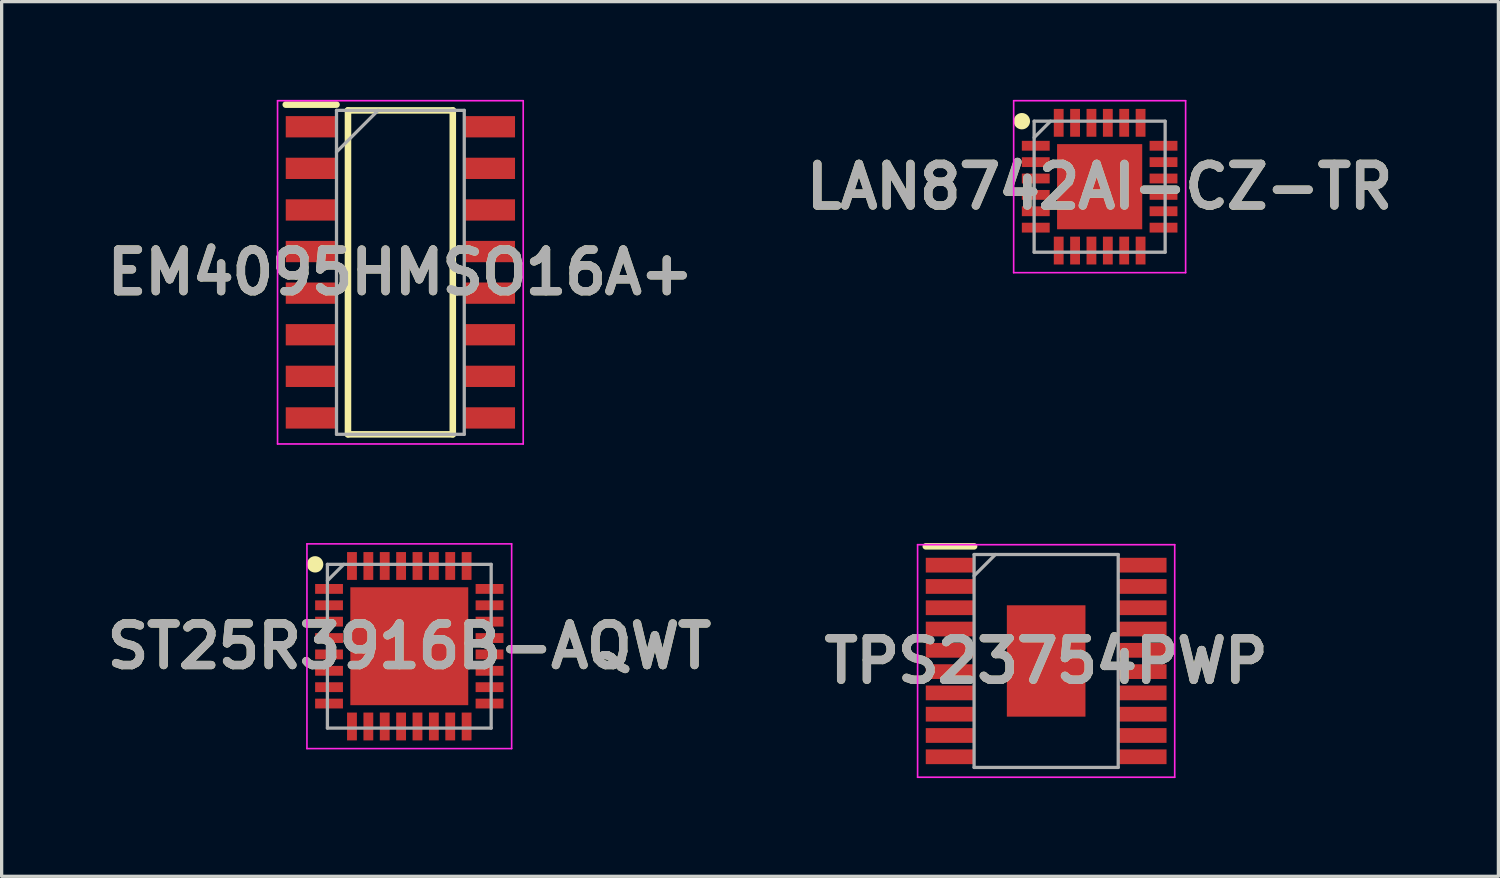
<source format=kicad_pcb>
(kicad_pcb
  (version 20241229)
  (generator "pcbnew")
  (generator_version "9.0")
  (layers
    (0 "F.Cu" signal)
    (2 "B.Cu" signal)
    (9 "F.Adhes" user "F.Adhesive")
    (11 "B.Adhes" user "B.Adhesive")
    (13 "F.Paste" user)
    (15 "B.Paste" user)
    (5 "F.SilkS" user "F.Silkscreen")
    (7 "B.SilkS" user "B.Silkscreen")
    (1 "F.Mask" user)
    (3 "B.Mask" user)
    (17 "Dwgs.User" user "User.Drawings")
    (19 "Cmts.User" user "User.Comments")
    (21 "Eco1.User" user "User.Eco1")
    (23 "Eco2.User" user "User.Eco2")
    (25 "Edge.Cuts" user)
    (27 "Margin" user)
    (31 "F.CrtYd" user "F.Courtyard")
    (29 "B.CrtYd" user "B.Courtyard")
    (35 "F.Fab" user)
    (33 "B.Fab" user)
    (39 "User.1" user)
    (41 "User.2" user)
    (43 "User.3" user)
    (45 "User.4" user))
  (footprint "LAN8742AI-CZ-TR"
    (layer "F.Cu")
    (at 30.523 2.65)
    (property "Reference" "LAN8742AI-CZ-TR" (at 0 0 0) (layer "F.SilkS") (effects (font (size 1.27 1.27) (thickness 0.254))))
    (attr smd)
    (fp_circle (center -2.375 -2) (end -2.375 -1.875) (stroke (width 0.25) (type solid)) (fill no) (layer "F.SilkS"))
    (fp_line (start -2.625 -2.625) (end 2.625 -2.625) (stroke (width 0.05) (type solid)) (layer "F.CrtYd"))
    (fp_line (start -2.625 2.625) (end -2.625 -2.625) (stroke (width 0.05) (type solid)) (layer "F.CrtYd"))
    (fp_line (start 2.625 -2.625) (end 2.625 2.625) (stroke (width 0.05) (type solid)) (layer "F.CrtYd"))
    (fp_line (start 2.625 2.625) (end -2.625 2.625) (stroke (width 0.05) (type solid)) (layer "F.CrtYd"))
    (fp_line (start -2 -2) (end 2 -2) (stroke (width 0.1) (type solid)) (layer "F.Fab"))
    (fp_line (start -2 -1.5) (end -1.5 -2) (stroke (width 0.1) (type solid)) (layer "F.Fab"))
    (fp_line (start -2 2) (end -2 -2) (stroke (width 0.1) (type solid)) (layer "F.Fab"))
    (fp_line (start 2 -2) (end 2 2) (stroke (width 0.1) (type solid)) (layer "F.Fab"))
    (fp_line (start 2 2) (end -2 2) (stroke (width 0.1) (type solid)) (layer "F.Fab"))
    (fp_text user "${REFERENCE}" (at 0 0 0) (layer "F.Fab") (effects (font (size 1.27 1.27) (thickness 0.254))))
    (pad "1" smd rect (at -1.95 -1.25 90) (size 0.3 0.85) (layers "F.Cu" "F.Mask" "F.Paste"))
    (pad "2" smd rect (at -1.95 -0.75 90) (size 0.3 0.85) (layers "F.Cu" "F.Mask" "F.Paste"))
    (pad "3" smd rect (at -1.95 -0.25 90) (size 0.3 0.85) (layers "F.Cu" "F.Mask" "F.Paste"))
    (pad "4" smd rect (at -1.95 0.25 90) (size 0.3 0.85) (layers "F.Cu" "F.Mask" "F.Paste"))
    (pad "5" smd rect (at -1.95 0.75 90) (size 0.3 0.85) (layers "F.Cu" "F.Mask" "F.Paste"))
    (pad "6" smd rect (at -1.95 1.25 90) (size 0.3 0.85) (layers "F.Cu" "F.Mask" "F.Paste"))
    (pad "7" smd rect (at -1.25 1.95) (size 0.3 0.85) (layers "F.Cu" "F.Mask" "F.Paste"))
    (pad "8" smd rect (at -0.75 1.95) (size 0.3 0.85) (layers "F.Cu" "F.Mask" "F.Paste"))
    (pad "9" smd rect (at -0.25 1.95) (size 0.3 0.85) (layers "F.Cu" "F.Mask" "F.Paste"))
    (pad "10" smd rect (at 0.25 1.95) (size 0.3 0.85) (layers "F.Cu" "F.Mask" "F.Paste"))
    (pad "11" smd rect (at 0.75 1.95) (size 0.3 0.85) (layers "F.Cu" "F.Mask" "F.Paste"))
    (pad "12" smd rect (at 1.25 1.95) (size 0.3 0.85) (layers "F.Cu" "F.Mask" "F.Paste"))
    (pad "13" smd rect (at 1.95 1.25 90) (size 0.3 0.85) (layers "F.Cu" "F.Mask" "F.Paste"))
    (pad "14" smd rect (at 1.95 0.75 90) (size 0.3 0.85) (layers "F.Cu" "F.Mask" "F.Paste"))
    (pad "15" smd rect (at 1.95 0.25 90) (size 0.3 0.85) (layers "F.Cu" "F.Mask" "F.Paste"))
    (pad "16" smd rect (at 1.95 -0.25 90) (size 0.3 0.85) (layers "F.Cu" "F.Mask" "F.Paste"))
    (pad "17" smd rect (at 1.95 -0.75 90) (size 0.3 0.85) (layers "F.Cu" "F.Mask" "F.Paste"))
    (pad "18" smd rect (at 1.95 -1.25 90) (size 0.3 0.85) (layers "F.Cu" "F.Mask" "F.Paste"))
    (pad "19" smd rect (at 1.25 -1.95) (size 0.3 0.85) (layers "F.Cu" "F.Mask" "F.Paste"))
    (pad "20" smd rect (at 0.75 -1.95) (size 0.3 0.85) (layers "F.Cu" "F.Mask" "F.Paste"))
    (pad "21" smd rect (at 0.25 -1.95) (size 0.3 0.85) (layers "F.Cu" "F.Mask" "F.Paste"))
    (pad "22" smd rect (at -0.25 -1.95) (size 0.3 0.85) (layers "F.Cu" "F.Mask" "F.Paste"))
    (pad "23" smd rect (at -0.75 -1.95) (size 0.3 0.85) (layers "F.Cu" "F.Mask" "F.Paste"))
    (pad "24" smd rect (at -1.25 -1.95) (size 0.3 0.85) (layers "F.Cu" "F.Mask" "F.Paste"))
    (pad "25" smd rect (at 0 0) (size 2.6 2.6) (layers "F.Cu" "F.Mask" "F.Paste")))
  (footprint "TPS23754PWP"
    (layer "F.Cu")
    (at 28.89 17.13)
    (property "Reference" "TPS23754PWP" (at 0 0 0) (layer "F.SilkS") (effects (font (size 1.27 1.27) (thickness 0.254))))
    (attr smd)
    (fp_line (start -3.675 -3.5) (end -2.2 -3.5) (stroke (width 0.2) (type solid)) (layer "F.SilkS"))
    (fp_line (start -3.925 -3.55) (end 3.925 -3.55) (stroke (width 0.05) (type solid)) (layer "F.CrtYd"))
    (fp_line (start -3.925 3.55) (end -3.925 -3.55) (stroke (width 0.05) (type solid)) (layer "F.CrtYd"))
    (fp_line (start 3.925 -3.55) (end 3.925 3.55) (stroke (width 0.05) (type solid)) (layer "F.CrtYd"))
    (fp_line (start 3.925 3.55) (end -3.925 3.55) (stroke (width 0.05) (type solid)) (layer "F.CrtYd"))
    (fp_line (start -2.2 -3.25) (end 2.2 -3.25) (stroke (width 0.1) (type solid)) (layer "F.Fab"))
    (fp_line (start -2.2 -2.6) (end -1.55 -3.25) (stroke (width 0.1) (type solid)) (layer "F.Fab"))
    (fp_line (start -2.2 3.25) (end -2.2 -3.25) (stroke (width 0.1) (type solid)) (layer "F.Fab"))
    (fp_line (start 2.2 -3.25) (end 2.2 3.25) (stroke (width 0.1) (type solid)) (layer "F.Fab"))
    (fp_line (start 2.2 3.25) (end -2.2 3.25) (stroke (width 0.1) (type solid)) (layer "F.Fab"))
    (fp_text user "${REFERENCE}" (at 0 0 0) (layer "F.Fab") (effects (font (size 1.27 1.27) (thickness 0.254))))
    (pad "1" smd rect (at -2.938 -2.925 90) (size 0.45 1.475) (layers "F.Cu" "F.Mask" "F.Paste"))
    (pad "2" smd rect (at -2.938 -2.275 90) (size 0.45 1.475) (layers "F.Cu" "F.Mask" "F.Paste"))
    (pad "3" smd rect (at -2.938 -1.625 90) (size 0.45 1.475) (layers "F.Cu" "F.Mask" "F.Paste"))
    (pad "4" smd rect (at -2.938 -0.975 90) (size 0.45 1.475) (layers "F.Cu" "F.Mask" "F.Paste"))
    (pad "5" smd rect (at -2.938 -0.325 90) (size 0.45 1.475) (layers "F.Cu" "F.Mask" "F.Paste"))
    (pad "6" smd rect (at -2.938 0.325 90) (size 0.45 1.475) (layers "F.Cu" "F.Mask" "F.Paste"))
    (pad "7" smd rect (at -2.938 0.975 90) (size 0.45 1.475) (layers "F.Cu" "F.Mask" "F.Paste"))
    (pad "8" smd rect (at -2.938 1.625 90) (size 0.45 1.475) (layers "F.Cu" "F.Mask" "F.Paste"))
    (pad "9" smd rect (at -2.938 2.275 90) (size 0.45 1.475) (layers "F.Cu" "F.Mask" "F.Paste"))
    (pad "10" smd rect (at -2.938 2.925 90) (size 0.45 1.475) (layers "F.Cu" "F.Mask" "F.Paste"))
    (pad "11" smd rect (at 2.938 2.925 90) (size 0.45 1.475) (layers "F.Cu" "F.Mask" "F.Paste"))
    (pad "12" smd rect (at 2.938 2.275 90) (size 0.45 1.475) (layers "F.Cu" "F.Mask" "F.Paste"))
    (pad "13" smd rect (at 2.938 1.625 90) (size 0.45 1.475) (layers "F.Cu" "F.Mask" "F.Paste"))
    (pad "14" smd rect (at 2.938 0.975 90) (size 0.45 1.475) (layers "F.Cu" "F.Mask" "F.Paste"))
    (pad "15" smd rect (at 2.938 0.325 90) (size 0.45 1.475) (layers "F.Cu" "F.Mask" "F.Paste"))
    (pad "16" smd rect (at 2.938 -0.325 90) (size 0.45 1.475) (layers "F.Cu" "F.Mask" "F.Paste"))
    (pad "17" smd rect (at 2.938 -0.975 90) (size 0.45 1.475) (layers "F.Cu" "F.Mask" "F.Paste"))
    (pad "18" smd rect (at 2.938 -1.625 90) (size 0.45 1.475) (layers "F.Cu" "F.Mask" "F.Paste"))
    (pad "19" smd rect (at 2.938 -2.275 90) (size 0.45 1.475) (layers "F.Cu" "F.Mask" "F.Paste"))
    (pad "20" smd rect (at 2.938 -2.925 90) (size 0.45 1.475) (layers "F.Cu" "F.Mask" "F.Paste"))
    (pad "21" smd rect (at 0 0) (size 2.4 3.4) (layers "F.Cu" "F.Mask" "F.Paste")))
  (footprint "ST25R3916B-AQWT"
    (layer "F.Cu")
    (at 9.446 16.68)
    (property "Reference" "ST25R3916B-AQWT" (at 0 0 0) (layer "F.SilkS") (effects (font (size 1.27 1.27) (thickness 0.254))))
    (attr smd)
    (fp_circle (center -2.875 -2.5) (end -2.875 -2.375) (stroke (width 0.25) (type solid)) (fill no) (layer "F.SilkS"))
    (fp_line (start -3.125 -3.125) (end 3.125 -3.125) (stroke (width 0.05) (type solid)) (layer "F.CrtYd"))
    (fp_line (start -3.125 3.125) (end -3.125 -3.125) (stroke (width 0.05) (type solid)) (layer "F.CrtYd"))
    (fp_line (start 3.125 -3.125) (end 3.125 3.125) (stroke (width 0.05) (type solid)) (layer "F.CrtYd"))
    (fp_line (start 3.125 3.125) (end -3.125 3.125) (stroke (width 0.05) (type solid)) (layer "F.CrtYd"))
    (fp_line (start -2.5 -2.5) (end 2.5 -2.5) (stroke (width 0.1) (type solid)) (layer "F.Fab"))
    (fp_line (start -2.5 -2) (end -2 -2.5) (stroke (width 0.1) (type solid)) (layer "F.Fab"))
    (fp_line (start -2.5 2.5) (end -2.5 -2.5) (stroke (width 0.1) (type solid)) (layer "F.Fab"))
    (fp_line (start 2.5 -2.5) (end 2.5 2.5) (stroke (width 0.1) (type solid)) (layer "F.Fab"))
    (fp_line (start 2.5 2.5) (end -2.5 2.5) (stroke (width 0.1) (type solid)) (layer "F.Fab"))
    (fp_text user "${REFERENCE}" (at 0 0 0) (layer "F.Fab") (effects (font (size 1.27 1.27) (thickness 0.254))))
    (pad "1" smd rect (at -2.45 -1.75 90) (size 0.3 0.85) (layers "F.Cu" "F.Mask" "F.Paste"))
    (pad "2" smd rect (at -2.45 -1.25 90) (size 0.3 0.85) (layers "F.Cu" "F.Mask" "F.Paste"))
    (pad "3" smd rect (at -2.45 -0.75 90) (size 0.3 0.85) (layers "F.Cu" "F.Mask" "F.Paste"))
    (pad "4" smd rect (at -2.45 -0.25 90) (size 0.3 0.85) (layers "F.Cu" "F.Mask" "F.Paste"))
    (pad "5" smd rect (at -2.45 0.25 90) (size 0.3 0.85) (layers "F.Cu" "F.Mask" "F.Paste"))
    (pad "6" smd rect (at -2.45 0.75 90) (size 0.3 0.85) (layers "F.Cu" "F.Mask" "F.Paste"))
    (pad "7" smd rect (at -2.45 1.25 90) (size 0.3 0.85) (layers "F.Cu" "F.Mask" "F.Paste"))
    (pad "8" smd rect (at -2.45 1.75 90) (size 0.3 0.85) (layers "F.Cu" "F.Mask" "F.Paste"))
    (pad "9" smd rect (at -1.75 2.45) (size 0.3 0.85) (layers "F.Cu" "F.Mask" "F.Paste"))
    (pad "10" smd rect (at -1.25 2.45) (size 0.3 0.85) (layers "F.Cu" "F.Mask" "F.Paste"))
    (pad "11" smd rect (at -0.75 2.45) (size 0.3 0.85) (layers "F.Cu" "F.Mask" "F.Paste"))
    (pad "12" smd rect (at -0.25 2.45) (size 0.3 0.85) (layers "F.Cu" "F.Mask" "F.Paste"))
    (pad "13" smd rect (at 0.25 2.45) (size 0.3 0.85) (layers "F.Cu" "F.Mask" "F.Paste"))
    (pad "14" smd rect (at 0.75 2.45) (size 0.3 0.85) (layers "F.Cu" "F.Mask" "F.Paste"))
    (pad "15" smd rect (at 1.25 2.45) (size 0.3 0.85) (layers "F.Cu" "F.Mask" "F.Paste"))
    (pad "16" smd rect (at 1.75 2.45) (size 0.3 0.85) (layers "F.Cu" "F.Mask" "F.Paste"))
    (pad "17" smd rect (at 2.45 1.75 90) (size 0.3 0.85) (layers "F.Cu" "F.Mask" "F.Paste"))
    (pad "18" smd rect (at 2.45 1.25 90) (size 0.3 0.85) (layers "F.Cu" "F.Mask" "F.Paste"))
    (pad "19" smd rect (at 2.45 0.75 90) (size 0.3 0.85) (layers "F.Cu" "F.Mask" "F.Paste"))
    (pad "20" smd rect (at 2.45 0.25 90) (size 0.3 0.85) (layers "F.Cu" "F.Mask" "F.Paste"))
    (pad "21" smd rect (at 2.45 -0.25 90) (size 0.3 0.85) (layers "F.Cu" "F.Mask" "F.Paste"))
    (pad "22" smd rect (at 2.45 -0.75 90) (size 0.3 0.85) (layers "F.Cu" "F.Mask" "F.Paste"))
    (pad "23" smd rect (at 2.45 -1.25 90) (size 0.3 0.85) (layers "F.Cu" "F.Mask" "F.Paste"))
    (pad "24" smd rect (at 2.45 -1.75 90) (size 0.3 0.85) (layers "F.Cu" "F.Mask" "F.Paste"))
    (pad "25" smd rect (at 1.75 -2.45) (size 0.3 0.85) (layers "F.Cu" "F.Mask" "F.Paste"))
    (pad "26" smd rect (at 1.25 -2.45) (size 0.3 0.85) (layers "F.Cu" "F.Mask" "F.Paste"))
    (pad "27" smd rect (at 0.75 -2.45) (size 0.3 0.85) (layers "F.Cu" "F.Mask" "F.Paste"))
    (pad "28" smd rect (at 0.25 -2.45) (size 0.3 0.85) (layers "F.Cu" "F.Mask" "F.Paste"))
    (pad "29" smd rect (at -0.25 -2.45) (size 0.3 0.85) (layers "F.Cu" "F.Mask" "F.Paste"))
    (pad "30" smd rect (at -0.75 -2.45) (size 0.3 0.85) (layers "F.Cu" "F.Mask" "F.Paste"))
    (pad "31" smd rect (at -1.25 -2.45) (size 0.3 0.85) (layers "F.Cu" "F.Mask" "F.Paste"))
    (pad "32" smd rect (at -1.75 -2.45) (size 0.3 0.85) (layers "F.Cu" "F.Mask" "F.Paste"))
    (pad "33" smd rect (at 0 0) (size 3.6 3.6) (layers "F.Cu" "F.Mask" "F.Paste")))
  (footprint "EM4095HMSO16A+"
    (layer "F.Cu")
    (at 9.174 5.265)
    (property "Reference" "EM4095HMSO16A+" (at 0 0 0) (layer "F.SilkS") (effects (font (size 1.27 1.27) (thickness 0.254))))
    (attr smd)
    (fp_line (start -3.5 -5.12) (end -1.95 -5.12) (stroke (width 0.2) (type solid)) (layer "F.SilkS"))
    (fp_line (start -1.6 -4.945) (end 1.6 -4.945) (stroke (width 0.2) (type solid)) (layer "F.SilkS"))
    (fp_line (start -1.6 4.945) (end -1.6 -4.945) (stroke (width 0.2) (type solid)) (layer "F.SilkS"))
    (fp_line (start 1.6 -4.945) (end 1.6 4.945) (stroke (width 0.2) (type solid)) (layer "F.SilkS"))
    (fp_line (start 1.6 4.945) (end -1.6 4.945) (stroke (width 0.2) (type solid)) (layer "F.SilkS"))
    (fp_line (start -3.75 -5.24) (end 3.75 -5.24) (stroke (width 0.05) (type solid)) (layer "F.CrtYd"))
    (fp_line (start -3.75 5.24) (end -3.75 -5.24) (stroke (width 0.05) (type solid)) (layer "F.CrtYd"))
    (fp_line (start 3.75 -5.24) (end 3.75 5.24) (stroke (width 0.05) (type solid)) (layer "F.CrtYd"))
    (fp_line (start 3.75 5.24) (end -3.75 5.24) (stroke (width 0.05) (type solid)) (layer "F.CrtYd"))
    (fp_line (start -1.95 -4.945) (end 1.95 -4.945) (stroke (width 0.1) (type solid)) (layer "F.Fab"))
    (fp_line (start -1.95 -3.675) (end -0.68 -4.945) (stroke (width 0.1) (type solid)) (layer "F.Fab"))
    (fp_line (start -1.95 4.945) (end -1.95 -4.945) (stroke (width 0.1) (type solid)) (layer "F.Fab"))
    (fp_line (start 1.95 -4.945) (end 1.95 4.945) (stroke (width 0.1) (type solid)) (layer "F.Fab"))
    (fp_line (start 1.95 4.945) (end -1.95 4.945) (stroke (width 0.1) (type solid)) (layer "F.Fab"))
    (fp_text user "${REFERENCE}" (at 0 0 0) (layer "F.Fab") (effects (font (size 1.27 1.27) (thickness 0.254))))
    (pad "1" smd rect (at -2.725 -4.445 90) (size 0.65 1.55) (layers "F.Cu" "F.Mask" "F.Paste"))
    (pad "2" smd rect (at -2.725 -3.175 90) (size 0.65 1.55) (layers "F.Cu" "F.Mask" "F.Paste"))
    (pad "3" smd rect (at -2.725 -1.905 90) (size 0.65 1.55) (layers "F.Cu" "F.Mask" "F.Paste"))
    (pad "4" smd rect (at -2.725 -0.635 90) (size 0.65 1.55) (layers "F.Cu" "F.Mask" "F.Paste"))
    (pad "5" smd rect (at -2.725 0.635 90) (size 0.65 1.55) (layers "F.Cu" "F.Mask" "F.Paste"))
    (pad "6" smd rect (at -2.725 1.905 90) (size 0.65 1.55) (layers "F.Cu" "F.Mask" "F.Paste"))
    (pad "7" smd rect (at -2.725 3.175 90) (size 0.65 1.55) (layers "F.Cu" "F.Mask" "F.Paste"))
    (pad "8" smd rect (at -2.725 4.445 90) (size 0.65 1.55) (layers "F.Cu" "F.Mask" "F.Paste"))
    (pad "9" smd rect (at 2.725 4.445 90) (size 0.65 1.55) (layers "F.Cu" "F.Mask" "F.Paste"))
    (pad "10" smd rect (at 2.725 3.175 90) (size 0.65 1.55) (layers "F.Cu" "F.Mask" "F.Paste"))
    (pad "11" smd rect (at 2.725 1.905 90) (size 0.65 1.55) (layers "F.Cu" "F.Mask" "F.Paste"))
    (pad "12" smd rect (at 2.725 0.635 90) (size 0.65 1.55) (layers "F.Cu" "F.Mask" "F.Paste"))
    (pad "13" smd rect (at 2.725 -0.635 90) (size 0.65 1.55) (layers "F.Cu" "F.Mask" "F.Paste"))
    (pad "14" smd rect (at 2.725 -1.905 90) (size 0.65 1.55) (layers "F.Cu" "F.Mask" "F.Paste"))
    (pad "15" smd rect (at 2.725 -3.175 90) (size 0.65 1.55) (layers "F.Cu" "F.Mask" "F.Paste"))
    (pad "16" smd rect (at 2.725 -4.445 90) (size 0.65 1.55) (layers "F.Cu" "F.Mask" "F.Paste")))
  (gr_rect
    (start -3 -3)
    (end 42.697 23.705)
    (stroke (width 0.1) (type default))
    (fill no)
    (layer "Edge.Cuts")))
</source>
